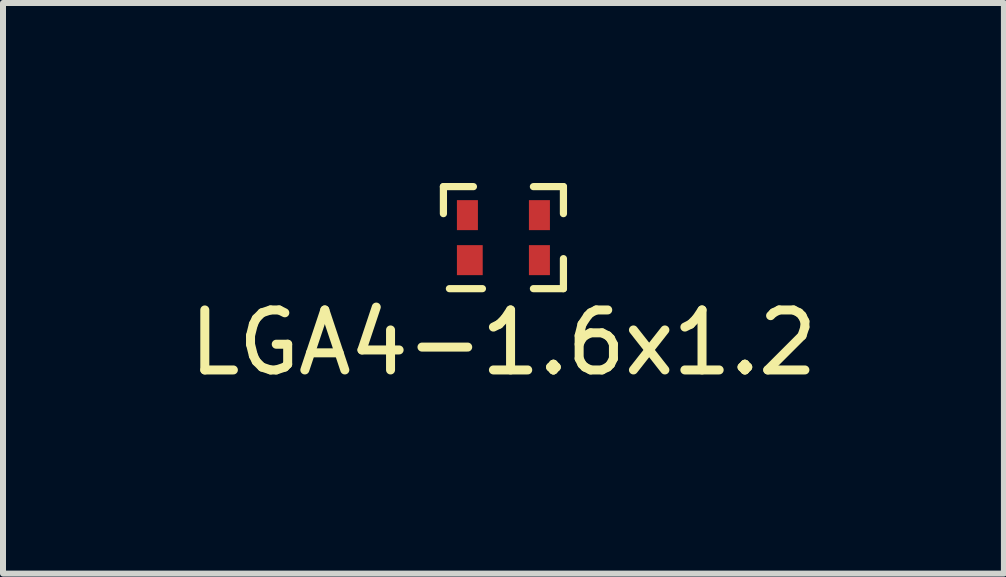
<source format=kicad_pcb>
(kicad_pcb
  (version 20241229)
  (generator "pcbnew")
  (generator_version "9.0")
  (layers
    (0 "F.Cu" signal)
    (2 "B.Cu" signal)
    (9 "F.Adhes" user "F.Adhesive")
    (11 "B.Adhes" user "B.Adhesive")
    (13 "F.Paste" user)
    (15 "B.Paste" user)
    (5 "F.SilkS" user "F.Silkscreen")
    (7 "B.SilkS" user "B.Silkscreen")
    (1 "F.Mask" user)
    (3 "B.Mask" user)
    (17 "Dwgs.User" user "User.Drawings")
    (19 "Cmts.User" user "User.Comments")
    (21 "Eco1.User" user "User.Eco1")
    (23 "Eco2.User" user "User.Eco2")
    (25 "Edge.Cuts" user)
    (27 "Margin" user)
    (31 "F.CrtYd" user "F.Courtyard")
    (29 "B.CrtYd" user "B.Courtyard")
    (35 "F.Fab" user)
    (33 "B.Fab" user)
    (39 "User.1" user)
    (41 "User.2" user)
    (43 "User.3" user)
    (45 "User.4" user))
  (footprint "LGA4-1.6x1.2"
    (layer "F.Cu")
    (at 5.339 0.91)
    (property "Reference" "LGA4-1.6x1.2" (at 0 1.75 0) (layer "F.SilkS") (effects (font (size 1 1) (thickness 0.15))))
    (attr through_hole)
    (fp_line (start -1 -0.85) (end -0.5 -0.85) (stroke (width 0.12) (type solid)) (layer "F.SilkS"))
    (fp_line (start -1 -0.4) (end -1 -0.85) (stroke (width 0.12) (type solid)) (layer "F.SilkS"))
    (fp_line (start -0.9 0.85) (end -0.35 0.85) (stroke (width 0.12) (type solid)) (layer "F.SilkS"))
    (fp_line (start 1 -0.85) (end 0.5 -0.85) (stroke (width 0.12) (type solid)) (layer "F.SilkS"))
    (fp_line (start 1 -0.4) (end 1 -0.85) (stroke (width 0.12) (type solid)) (layer "F.SilkS"))
    (fp_line (start 1 0.35) (end 1 0.85) (stroke (width 0.12) (type solid)) (layer "F.SilkS"))
    (fp_line (start 1 0.85) (end 0.5 0.85) (stroke (width 0.12) (type solid)) (layer "F.SilkS"))
    (pad "1" smd rect (at -0.56 0.375) (size 0.43 0.5) (layers "F.Cu" "F.Mask" "F.Paste"))
    (pad "2" smd rect (at 0.6 0.375) (size 0.35 0.5) (layers "F.Cu" "F.Mask" "F.Paste"))
    (pad "3" smd rect (at 0.6 -0.375) (size 0.35 0.5) (layers "F.Cu" "F.Mask" "F.Paste"))
    (pad "4" smd rect (at -0.6 -0.375) (size 0.35 0.5) (layers "F.Cu" "F.Mask" "F.Paste")))
  (gr_rect
    (start -3 -3)
    (end 13.679 6.508)
    (stroke (width 0.1) (type default))
    (fill no)
    (layer "Edge.Cuts")))
</source>
